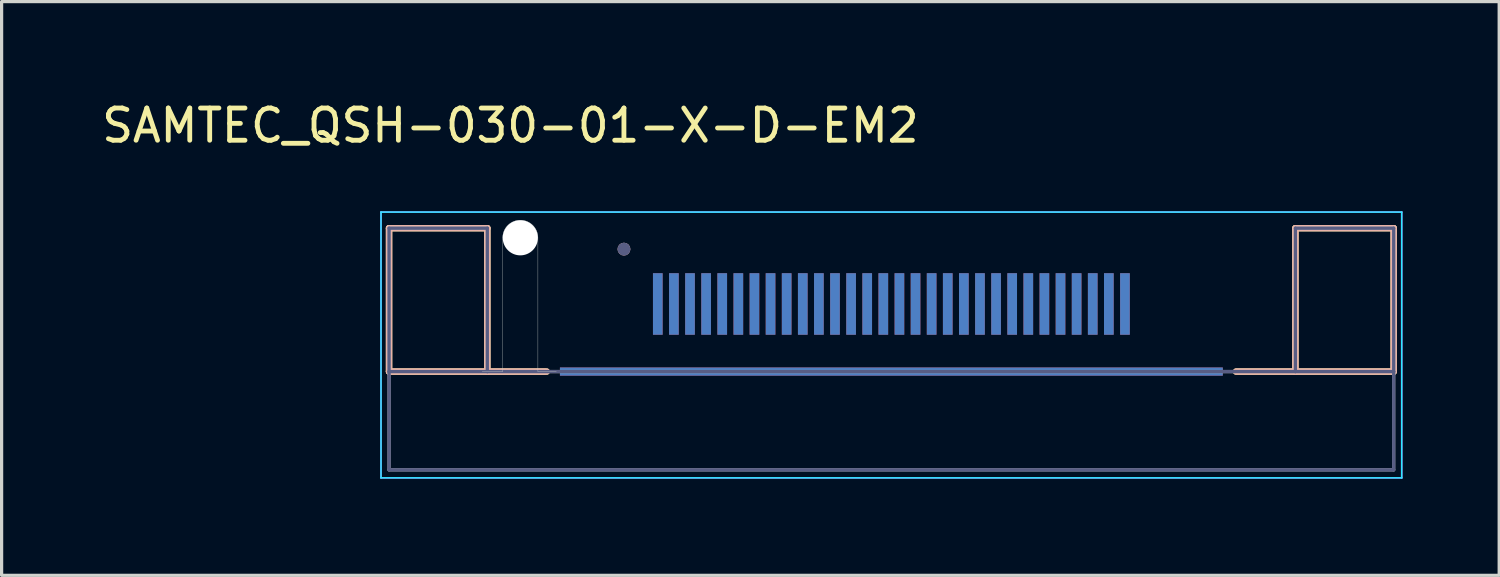
<source format=kicad_pcb>
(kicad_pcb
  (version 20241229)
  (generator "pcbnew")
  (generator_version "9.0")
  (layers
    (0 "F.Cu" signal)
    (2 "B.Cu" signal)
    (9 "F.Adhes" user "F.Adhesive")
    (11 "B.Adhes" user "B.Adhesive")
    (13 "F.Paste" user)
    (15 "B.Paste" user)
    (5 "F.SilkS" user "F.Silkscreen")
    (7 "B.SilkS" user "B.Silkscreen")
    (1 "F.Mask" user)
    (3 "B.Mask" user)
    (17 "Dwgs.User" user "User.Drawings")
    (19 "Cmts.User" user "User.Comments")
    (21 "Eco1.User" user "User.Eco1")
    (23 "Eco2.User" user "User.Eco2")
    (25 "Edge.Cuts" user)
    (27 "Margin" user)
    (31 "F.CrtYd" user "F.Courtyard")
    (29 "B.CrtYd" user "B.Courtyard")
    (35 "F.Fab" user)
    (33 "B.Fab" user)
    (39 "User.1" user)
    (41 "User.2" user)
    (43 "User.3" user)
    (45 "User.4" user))
  (footprint "SAMTEC_QSH-030-01-X-D-EM2"
    (layer "F.Cu")
    (at 24.617 8.483)
    (property "Reference" "SAMTEC_QSH-030-01-X-D-EM2" (at -11.825 -7.635 0) (layer "F.SilkS") (effects (font (size 1 1) (thickness 0.15))))
    (attr smd)
    (fp_poly (pts (xy -7.4 -1.143) (xy -7.1 -1.143) (xy -7.1 -2.293) (xy -7.186 -2.293) (xy -7.186 -3.053) (xy -7.314 -3.053) (xy -7.314 -2.293) (xy -7.4 -2.293)) (stroke (width 0.01) (type solid)) (fill yes) (layer "F.Mask"))
    (fp_poly (pts (xy -6.9 -1.143) (xy -6.6 -1.143) (xy -6.6 -2.293) (xy -6.686 -2.293) (xy -6.686 -3.053) (xy -6.814 -3.053) (xy -6.814 -2.293) (xy -6.9 -2.293)) (stroke (width 0.01) (type solid)) (fill yes) (layer "F.Mask"))
    (fp_poly (pts (xy -6.4 -1.143) (xy -6.1 -1.143) (xy -6.1 -2.293) (xy -6.186 -2.293) (xy -6.186 -3.053) (xy -6.314 -3.053) (xy -6.314 -2.293) (xy -6.4 -2.293)) (stroke (width 0.01) (type solid)) (fill yes) (layer "F.Mask"))
    (fp_poly (pts (xy -5.9 -1.143) (xy -5.6 -1.143) (xy -5.6 -2.293) (xy -5.686 -2.293) (xy -5.686 -3.053) (xy -5.814 -3.053) (xy -5.814 -2.293) (xy -5.9 -2.293)) (stroke (width 0.01) (type solid)) (fill yes) (layer "F.Mask"))
    (fp_poly (pts (xy -5.4 -1.143) (xy -5.1 -1.143) (xy -5.1 -2.293) (xy -5.186 -2.293) (xy -5.186 -3.053) (xy -5.314 -3.053) (xy -5.314 -2.293) (xy -5.4 -2.293)) (stroke (width 0.01) (type solid)) (fill yes) (layer "F.Mask"))
    (fp_poly (pts (xy -4.9 -1.143) (xy -4.6 -1.143) (xy -4.6 -2.293) (xy -4.686 -2.293) (xy -4.686 -3.053) (xy -4.814 -3.053) (xy -4.814 -2.293) (xy -4.9 -2.293)) (stroke (width 0.01) (type solid)) (fill yes) (layer "F.Mask"))
    (fp_poly (pts (xy -4.4 -1.143) (xy -4.1 -1.143) (xy -4.1 -2.293) (xy -4.186 -2.293) (xy -4.186 -3.053) (xy -4.314 -3.053) (xy -4.314 -2.293) (xy -4.4 -2.293)) (stroke (width 0.01) (type solid)) (fill yes) (layer "F.Mask"))
    (fp_poly (pts (xy -3.9 -1.143) (xy -3.6 -1.143) (xy -3.6 -2.293) (xy -3.687 -2.293) (xy -3.687 -3.053) (xy -3.813 -3.053) (xy -3.813 -2.293) (xy -3.9 -2.293)) (stroke (width 0.01) (type solid)) (fill yes) (layer "F.Mask"))
    (fp_poly (pts (xy -3.4 -1.143) (xy -3.1 -1.143) (xy -3.1 -2.293) (xy -3.187 -2.293) (xy -3.187 -3.053) (xy -3.313 -3.053) (xy -3.313 -2.293) (xy -3.4 -2.293)) (stroke (width 0.01) (type solid)) (fill yes) (layer "F.Mask"))
    (fp_poly (pts (xy -2.9 -1.143) (xy -2.6 -1.143) (xy -2.6 -2.293) (xy -2.687 -2.293) (xy -2.687 -3.053) (xy -2.813 -3.053) (xy -2.813 -2.293) (xy -2.9 -2.293)) (stroke (width 0.01) (type solid)) (fill yes) (layer "F.Mask"))
    (fp_poly (pts (xy -2.4 -1.143) (xy -2.1 -1.143) (xy -2.1 -2.293) (xy -2.187 -2.293) (xy -2.187 -3.053) (xy -2.313 -3.053) (xy -2.313 -2.293) (xy -2.4 -2.293)) (stroke (width 0.01) (type solid)) (fill yes) (layer "F.Mask"))
    (fp_poly (pts (xy -1.9 -1.143) (xy -1.6 -1.143) (xy -1.6 -2.293) (xy -1.687 -2.293) (xy -1.687 -3.053) (xy -1.813 -3.053) (xy -1.813 -2.293) (xy -1.9 -2.293)) (stroke (width 0.01) (type solid)) (fill yes) (layer "F.Mask"))
    (fp_poly (pts (xy -1.4 -1.143) (xy -1.1 -1.143) (xy -1.1 -2.293) (xy -1.187 -2.293) (xy -1.187 -3.053) (xy -1.313 -3.053) (xy -1.313 -2.293) (xy -1.4 -2.293)) (stroke (width 0.01) (type solid)) (fill yes) (layer "F.Mask"))
    (fp_poly (pts (xy -0.9 -1.143) (xy -0.6 -1.143) (xy -0.6 -2.293) (xy -0.686 -2.293) (xy -0.686 -3.053) (xy -0.814 -3.053) (xy -0.814 -2.293) (xy -0.9 -2.293)) (stroke (width 0.01) (type solid)) (fill yes) (layer "F.Mask"))
    (fp_poly (pts (xy -0.4 -1.143) (xy -0.1 -1.143) (xy -0.1 -2.293) (xy -0.186 -2.293) (xy -0.186 -3.053) (xy -0.314 -3.053) (xy -0.314 -2.293) (xy -0.4 -2.293)) (stroke (width 0.01) (type solid)) (fill yes) (layer "F.Mask"))
    (fp_poly (pts (xy 0.1 -1.143) (xy 0.4 -1.143) (xy 0.4 -2.293) (xy 0.314 -2.293) (xy 0.314 -3.053) (xy 0.186 -3.053) (xy 0.186 -2.293) (xy 0.1 -2.293)) (stroke (width 0.01) (type solid)) (fill yes) (layer "F.Mask"))
    (fp_poly (pts (xy 0.6 -1.143) (xy 0.9 -1.143) (xy 0.9 -2.293) (xy 0.814 -2.293) (xy 0.814 -3.053) (xy 0.686 -3.053) (xy 0.686 -2.293) (xy 0.6 -2.293)) (stroke (width 0.01) (type solid)) (fill yes) (layer "F.Mask"))
    (fp_poly (pts (xy 1.1 -1.143) (xy 1.4 -1.143) (xy 1.4 -2.293) (xy 1.313 -2.293) (xy 1.313 -3.053) (xy 1.187 -3.053) (xy 1.187 -2.293) (xy 1.1 -2.293)) (stroke (width 0.01) (type solid)) (fill yes) (layer "F.Mask"))
    (fp_poly (pts (xy 1.6 -1.143) (xy 1.9 -1.143) (xy 1.9 -2.293) (xy 1.813 -2.293) (xy 1.813 -3.053) (xy 1.687 -3.053) (xy 1.687 -2.293) (xy 1.6 -2.293)) (stroke (width 0.01) (type solid)) (fill yes) (layer "F.Mask"))
    (fp_poly (pts (xy 2.1 -1.143) (xy 2.4 -1.143) (xy 2.4 -2.293) (xy 2.313 -2.293) (xy 2.313 -3.053) (xy 2.187 -3.053) (xy 2.187 -2.293) (xy 2.1 -2.293)) (stroke (width 0.01) (type solid)) (fill yes) (layer "F.Mask"))
    (fp_poly (pts (xy 2.6 -1.143) (xy 2.9 -1.143) (xy 2.9 -2.293) (xy 2.813 -2.293) (xy 2.813 -3.053) (xy 2.687 -3.053) (xy 2.687 -2.293) (xy 2.6 -2.293)) (stroke (width 0.01) (type solid)) (fill yes) (layer "F.Mask"))
    (fp_poly (pts (xy 3.1 -1.143) (xy 3.4 -1.143) (xy 3.4 -2.293) (xy 3.313 -2.293) (xy 3.313 -3.053) (xy 3.187 -3.053) (xy 3.187 -2.293) (xy 3.1 -2.293)) (stroke (width 0.01) (type solid)) (fill yes) (layer "F.Mask"))
    (fp_poly (pts (xy 3.6 -1.143) (xy 3.9 -1.143) (xy 3.9 -2.293) (xy 3.813 -2.293) (xy 3.813 -3.053) (xy 3.687 -3.053) (xy 3.687 -2.293) (xy 3.6 -2.293)) (stroke (width 0.01) (type solid)) (fill yes) (layer "F.Mask"))
    (fp_poly (pts (xy 4.1 -1.143) (xy 4.4 -1.143) (xy 4.4 -2.293) (xy 4.314 -2.293) (xy 4.314 -3.053) (xy 4.186 -3.053) (xy 4.186 -2.293) (xy 4.1 -2.293)) (stroke (width 0.01) (type solid)) (fill yes) (layer "F.Mask"))
    (fp_poly (pts (xy 4.6 -1.143) (xy 4.9 -1.143) (xy 4.9 -2.293) (xy 4.814 -2.293) (xy 4.814 -3.053) (xy 4.686 -3.053) (xy 4.686 -2.293) (xy 4.6 -2.293)) (stroke (width 0.01) (type solid)) (fill yes) (layer "F.Mask"))
    (fp_poly (pts (xy 5.1 -1.143) (xy 5.4 -1.143) (xy 5.4 -2.293) (xy 5.314 -2.293) (xy 5.314 -3.053) (xy 5.186 -3.053) (xy 5.186 -2.293) (xy 5.1 -2.293)) (stroke (width 0.01) (type solid)) (fill yes) (layer "F.Mask"))
    (fp_poly (pts (xy 5.6 -1.143) (xy 5.9 -1.143) (xy 5.9 -2.293) (xy 5.814 -2.293) (xy 5.814 -3.053) (xy 5.686 -3.053) (xy 5.686 -2.293) (xy 5.6 -2.293)) (stroke (width 0.01) (type solid)) (fill yes) (layer "F.Mask"))
    (fp_poly (pts (xy 6.1 -1.143) (xy 6.4 -1.143) (xy 6.4 -2.293) (xy 6.314 -2.293) (xy 6.314 -3.053) (xy 6.186 -3.053) (xy 6.186 -2.293) (xy 6.1 -2.293)) (stroke (width 0.01) (type solid)) (fill yes) (layer "F.Mask"))
    (fp_poly (pts (xy 6.6 -1.143) (xy 6.9 -1.143) (xy 6.9 -2.293) (xy 6.814 -2.293) (xy 6.814 -3.053) (xy 6.686 -3.053) (xy 6.686 -2.293) (xy 6.6 -2.293)) (stroke (width 0.01) (type solid)) (fill yes) (layer "F.Mask"))
    (fp_poly (pts (xy 7.1 -1.143) (xy 7.4 -1.143) (xy 7.4 -2.293) (xy 7.314 -2.293) (xy 7.314 -3.053) (xy 7.186 -3.053) (xy 7.186 -2.293) (xy 7.1 -2.293)) (stroke (width 0.01) (type solid)) (fill yes) (layer "F.Mask"))
    (fp_poly (pts (xy -7.4 -1.143) (xy -7.1 -1.143) (xy -7.1 -2.293) (xy -7.186 -2.293) (xy -7.186 -3.053) (xy -7.314 -3.053) (xy -7.314 -2.293) (xy -7.4 -2.293)) (stroke (width 0.01) (type solid)) (fill yes) (layer "B.Mask"))
    (fp_poly (pts (xy -6.9 -1.143) (xy -6.6 -1.143) (xy -6.6 -2.293) (xy -6.686 -2.293) (xy -6.686 -3.053) (xy -6.814 -3.053) (xy -6.814 -2.293) (xy -6.9 -2.293)) (stroke (width 0.01) (type solid)) (fill yes) (layer "B.Mask"))
    (fp_poly (pts (xy -6.4 -1.143) (xy -6.1 -1.143) (xy -6.1 -2.293) (xy -6.186 -2.293) (xy -6.186 -3.053) (xy -6.314 -3.053) (xy -6.314 -2.293) (xy -6.4 -2.293)) (stroke (width 0.01) (type solid)) (fill yes) (layer "B.Mask"))
    (fp_poly (pts (xy -5.9 -1.143) (xy -5.6 -1.143) (xy -5.6 -2.293) (xy -5.686 -2.293) (xy -5.686 -3.053) (xy -5.814 -3.053) (xy -5.814 -2.293) (xy -5.9 -2.293)) (stroke (width 0.01) (type solid)) (fill yes) (layer "B.Mask"))
    (fp_poly (pts (xy -5.4 -1.143) (xy -5.1 -1.143) (xy -5.1 -2.293) (xy -5.186 -2.293) (xy -5.186 -3.053) (xy -5.314 -3.053) (xy -5.314 -2.293) (xy -5.4 -2.293)) (stroke (width 0.01) (type solid)) (fill yes) (layer "B.Mask"))
    (fp_poly (pts (xy -4.9 -1.143) (xy -4.6 -1.143) (xy -4.6 -2.293) (xy -4.686 -2.293) (xy -4.686 -3.053) (xy -4.814 -3.053) (xy -4.814 -2.293) (xy -4.9 -2.293)) (stroke (width 0.01) (type solid)) (fill yes) (layer "B.Mask"))
    (fp_poly (pts (xy -4.4 -1.143) (xy -4.1 -1.143) (xy -4.1 -2.293) (xy -4.186 -2.293) (xy -4.186 -3.053) (xy -4.314 -3.053) (xy -4.314 -2.293) (xy -4.4 -2.293)) (stroke (width 0.01) (type solid)) (fill yes) (layer "B.Mask"))
    (fp_poly (pts (xy -3.9 -1.143) (xy -3.6 -1.143) (xy -3.6 -2.293) (xy -3.687 -2.293) (xy -3.687 -3.053) (xy -3.813 -3.053) (xy -3.813 -2.293) (xy -3.9 -2.293)) (stroke (width 0.01) (type solid)) (fill yes) (layer "B.Mask"))
    (fp_poly (pts (xy -3.4 -1.143) (xy -3.1 -1.143) (xy -3.1 -2.293) (xy -3.187 -2.293) (xy -3.187 -3.053) (xy -3.313 -3.053) (xy -3.313 -2.293) (xy -3.4 -2.293)) (stroke (width 0.01) (type solid)) (fill yes) (layer "B.Mask"))
    (fp_poly (pts (xy -2.9 -1.143) (xy -2.6 -1.143) (xy -2.6 -2.293) (xy -2.687 -2.293) (xy -2.687 -3.053) (xy -2.813 -3.053) (xy -2.813 -2.293) (xy -2.9 -2.293)) (stroke (width 0.01) (type solid)) (fill yes) (layer "B.Mask"))
    (fp_poly (pts (xy -2.4 -1.143) (xy -2.1 -1.143) (xy -2.1 -2.293) (xy -2.187 -2.293) (xy -2.187 -3.053) (xy -2.313 -3.053) (xy -2.313 -2.293) (xy -2.4 -2.293)) (stroke (width 0.01) (type solid)) (fill yes) (layer "B.Mask"))
    (fp_poly (pts (xy -1.9 -1.143) (xy -1.6 -1.143) (xy -1.6 -2.293) (xy -1.687 -2.293) (xy -1.687 -3.053) (xy -1.813 -3.053) (xy -1.813 -2.293) (xy -1.9 -2.293)) (stroke (width 0.01) (type solid)) (fill yes) (layer "B.Mask"))
    (fp_poly (pts (xy -1.4 -1.143) (xy -1.1 -1.143) (xy -1.1 -2.293) (xy -1.187 -2.293) (xy -1.187 -3.053) (xy -1.313 -3.053) (xy -1.313 -2.293) (xy -1.4 -2.293)) (stroke (width 0.01) (type solid)) (fill yes) (layer "B.Mask"))
    (fp_poly (pts (xy -0.9 -1.143) (xy -0.6 -1.143) (xy -0.6 -2.293) (xy -0.686 -2.293) (xy -0.686 -3.053) (xy -0.814 -3.053) (xy -0.814 -2.293) (xy -0.9 -2.293)) (stroke (width 0.01) (type solid)) (fill yes) (layer "B.Mask"))
    (fp_poly (pts (xy -0.4 -1.143) (xy -0.1 -1.143) (xy -0.1 -2.293) (xy -0.186 -2.293) (xy -0.186 -3.053) (xy -0.314 -3.053) (xy -0.314 -2.293) (xy -0.4 -2.293)) (stroke (width 0.01) (type solid)) (fill yes) (layer "B.Mask"))
    (fp_poly (pts (xy 0.1 -1.143) (xy 0.4 -1.143) (xy 0.4 -2.293) (xy 0.314 -2.293) (xy 0.314 -3.053) (xy 0.186 -3.053) (xy 0.186 -2.293) (xy 0.1 -2.293)) (stroke (width 0.01) (type solid)) (fill yes) (layer "B.Mask"))
    (fp_poly (pts (xy 0.6 -1.143) (xy 0.9 -1.143) (xy 0.9 -2.293) (xy 0.814 -2.293) (xy 0.814 -3.053) (xy 0.686 -3.053) (xy 0.686 -2.293) (xy 0.6 -2.293)) (stroke (width 0.01) (type solid)) (fill yes) (layer "B.Mask"))
    (fp_poly (pts (xy 1.1 -1.143) (xy 1.4 -1.143) (xy 1.4 -2.293) (xy 1.313 -2.293) (xy 1.313 -3.053) (xy 1.187 -3.053) (xy 1.187 -2.293) (xy 1.1 -2.293)) (stroke (width 0.01) (type solid)) (fill yes) (layer "B.Mask"))
    (fp_poly (pts (xy 1.6 -1.143) (xy 1.9 -1.143) (xy 1.9 -2.293) (xy 1.813 -2.293) (xy 1.813 -3.053) (xy 1.687 -3.053) (xy 1.687 -2.293) (xy 1.6 -2.293)) (stroke (width 0.01) (type solid)) (fill yes) (layer "B.Mask"))
    (fp_poly (pts (xy 2.1 -1.143) (xy 2.4 -1.143) (xy 2.4 -2.293) (xy 2.313 -2.293) (xy 2.313 -3.053) (xy 2.187 -3.053) (xy 2.187 -2.293) (xy 2.1 -2.293)) (stroke (width 0.01) (type solid)) (fill yes) (layer "B.Mask"))
    (fp_poly (pts (xy 2.6 -1.143) (xy 2.9 -1.143) (xy 2.9 -2.293) (xy 2.813 -2.293) (xy 2.813 -3.053) (xy 2.687 -3.053) (xy 2.687 -2.293) (xy 2.6 -2.293)) (stroke (width 0.01) (type solid)) (fill yes) (layer "B.Mask"))
    (fp_poly (pts (xy 3.1 -1.143) (xy 3.4 -1.143) (xy 3.4 -2.293) (xy 3.313 -2.293) (xy 3.313 -3.053) (xy 3.187 -3.053) (xy 3.187 -2.293) (xy 3.1 -2.293)) (stroke (width 0.01) (type solid)) (fill yes) (layer "B.Mask"))
    (fp_poly (pts (xy 3.6 -1.143) (xy 3.9 -1.143) (xy 3.9 -2.293) (xy 3.813 -2.293) (xy 3.813 -3.053) (xy 3.687 -3.053) (xy 3.687 -2.293) (xy 3.6 -2.293)) (stroke (width 0.01) (type solid)) (fill yes) (layer "B.Mask"))
    (fp_poly (pts (xy 4.1 -1.143) (xy 4.4 -1.143) (xy 4.4 -2.293) (xy 4.314 -2.293) (xy 4.314 -3.053) (xy 4.186 -3.053) (xy 4.186 -2.293) (xy 4.1 -2.293)) (stroke (width 0.01) (type solid)) (fill yes) (layer "B.Mask"))
    (fp_poly (pts (xy 4.6 -1.143) (xy 4.9 -1.143) (xy 4.9 -2.293) (xy 4.814 -2.293) (xy 4.814 -3.053) (xy 4.686 -3.053) (xy 4.686 -2.293) (xy 4.6 -2.293)) (stroke (width 0.01) (type solid)) (fill yes) (layer "B.Mask"))
    (fp_poly (pts (xy 5.1 -1.143) (xy 5.4 -1.143) (xy 5.4 -2.293) (xy 5.314 -2.293) (xy 5.314 -3.053) (xy 5.186 -3.053) (xy 5.186 -2.293) (xy 5.1 -2.293)) (stroke (width 0.01) (type solid)) (fill yes) (layer "B.Mask"))
    (fp_poly (pts (xy 5.6 -1.143) (xy 5.9 -1.143) (xy 5.9 -2.293) (xy 5.814 -2.293) (xy 5.814 -3.053) (xy 5.686 -3.053) (xy 5.686 -2.293) (xy 5.6 -2.293)) (stroke (width 0.01) (type solid)) (fill yes) (layer "B.Mask"))
    (fp_poly (pts (xy 6.1 -1.143) (xy 6.4 -1.143) (xy 6.4 -2.293) (xy 6.314 -2.293) (xy 6.314 -3.053) (xy 6.186 -3.053) (xy 6.186 -2.293) (xy 6.1 -2.293)) (stroke (width 0.01) (type solid)) (fill yes) (layer "B.Mask"))
    (fp_poly (pts (xy 6.6 -1.143) (xy 6.9 -1.143) (xy 6.9 -2.293) (xy 6.814 -2.293) (xy 6.814 -3.053) (xy 6.686 -3.053) (xy 6.686 -2.293) (xy 6.6 -2.293)) (stroke (width 0.01) (type solid)) (fill yes) (layer "B.Mask"))
    (fp_poly (pts (xy 7.1 -1.143) (xy 7.4 -1.143) (xy 7.4 -2.293) (xy 7.314 -2.293) (xy 7.314 -3.053) (xy 7.186 -3.053) (xy 7.186 -2.293) (xy 7.1 -2.293)) (stroke (width 0.01) (type solid)) (fill yes) (layer "B.Mask"))
    (fp_line (start -15.591 -4.45) (end -12.541 -4.45) (stroke (width 0.2) (type solid)) (layer "F.SilkS"))
    (fp_line (start -15.591 0) (end -15.591 -4.45) (stroke (width 0.2) (type solid)) (layer "F.SilkS"))
    (fp_line (start -12.541 -4.45) (end -12.541 0) (stroke (width 0.2) (type solid)) (layer "F.SilkS"))
    (fp_line (start -12.541 0) (end -15.591 0) (stroke (width 0.2) (type solid)) (layer "F.SilkS"))
    (fp_line (start -10.7 0) (end -12.541 0) (stroke (width 0.2) (type solid)) (layer "F.SilkS"))
    (fp_line (start 10.7 0) (end 12.541 0) (stroke (width 0.2) (type solid)) (layer "F.SilkS"))
    (fp_line (start 12.541 -4.45) (end 12.541 0) (stroke (width 0.2) (type solid)) (layer "F.SilkS"))
    (fp_line (start 12.541 0) (end 15.591 0) (stroke (width 0.2) (type solid)) (layer "F.SilkS"))
    (fp_line (start 15.591 -4.45) (end 12.541 -4.45) (stroke (width 0.2) (type solid)) (layer "F.SilkS"))
    (fp_line (start 15.591 0) (end 15.591 -4.45) (stroke (width 0.2) (type solid)) (layer "F.SilkS"))
    (fp_line (start -15.591 -4.45) (end -12.541 -4.45) (stroke (width 0.2) (type solid)) (layer "B.SilkS"))
    (fp_line (start -15.591 0) (end -15.591 -4.45) (stroke (width 0.2) (type solid)) (layer "B.SilkS"))
    (fp_line (start -12.541 -4.45) (end -12.541 0) (stroke (width 0.2) (type solid)) (layer "B.SilkS"))
    (fp_line (start -12.541 0) (end -15.591 0) (stroke (width 0.2) (type solid)) (layer "B.SilkS"))
    (fp_line (start -10.7 0) (end -12.541 0) (stroke (width 0.2) (type solid)) (layer "B.SilkS"))
    (fp_line (start 10.7 0) (end 12.541 0) (stroke (width 0.2) (type solid)) (layer "B.SilkS"))
    (fp_line (start 12.541 -4.45) (end 12.541 0) (stroke (width 0.2) (type solid)) (layer "B.SilkS"))
    (fp_line (start 12.541 0) (end 15.591 0) (stroke (width 0.2) (type solid)) (layer "B.SilkS"))
    (fp_line (start 15.591 -4.45) (end 12.541 -4.45) (stroke (width 0.2) (type solid)) (layer "B.SilkS"))
    (fp_line (start 15.591 0) (end 15.591 -4.45) (stroke (width 0.2) (type solid)) (layer "B.SilkS"))
    (fp_circle (center -8.3 -3.8) (end -8.2 -3.8) (stroke (width 0.2) (type solid)) (fill no) (layer "B.SilkS"))
    (fp_poly (pts (xy -7.25 -1.143) (xy -7.125 -1.523) (xy -7.125 -3.433) (xy -7.375 -3.433) (xy -7.375 -1.523)) (stroke (width 0.01) (type solid)) (fill yes) (layer "F.Paste"))
    (fp_poly (pts (xy -6.75 -1.143) (xy -6.625 -1.523) (xy -6.625 -3.433) (xy -6.875 -3.433) (xy -6.875 -1.523)) (stroke (width 0.01) (type solid)) (fill yes) (layer "F.Paste"))
    (fp_poly (pts (xy -6.25 -1.143) (xy -6.125 -1.523) (xy -6.125 -3.433) (xy -6.375 -3.433) (xy -6.375 -1.523)) (stroke (width 0.01) (type solid)) (fill yes) (layer "F.Paste"))
    (fp_poly (pts (xy -5.75 -1.143) (xy -5.625 -1.523) (xy -5.625 -3.433) (xy -5.875 -3.433) (xy -5.875 -1.523)) (stroke (width 0.01) (type solid)) (fill yes) (layer "F.Paste"))
    (fp_poly (pts (xy -5.25 -1.143) (xy -5.125 -1.523) (xy -5.125 -3.433) (xy -5.375 -3.433) (xy -5.375 -1.523)) (stroke (width 0.01) (type solid)) (fill yes) (layer "F.Paste"))
    (fp_poly (pts (xy -4.75 -1.143) (xy -4.625 -1.523) (xy -4.625 -3.433) (xy -4.875 -3.433) (xy -4.875 -1.523)) (stroke (width 0.01) (type solid)) (fill yes) (layer "F.Paste"))
    (fp_poly (pts (xy -4.25 -1.143) (xy -4.125 -1.523) (xy -4.125 -3.433) (xy -4.375 -3.433) (xy -4.375 -1.523)) (stroke (width 0.01) (type solid)) (fill yes) (layer "F.Paste"))
    (fp_poly (pts (xy -3.75 -1.143) (xy -3.625 -1.523) (xy -3.625 -3.433) (xy -3.875 -3.433) (xy -3.875 -1.523)) (stroke (width 0.01) (type solid)) (fill yes) (layer "F.Paste"))
    (fp_poly (pts (xy -3.25 -1.143) (xy -3.125 -1.523) (xy -3.125 -3.433) (xy -3.375 -3.433) (xy -3.375 -1.523)) (stroke (width 0.01) (type solid)) (fill yes) (layer "F.Paste"))
    (fp_poly (pts (xy -2.75 -1.143) (xy -2.625 -1.523) (xy -2.625 -3.433) (xy -2.875 -3.433) (xy -2.875 -1.523)) (stroke (width 0.01) (type solid)) (fill yes) (layer "F.Paste"))
    (fp_poly (pts (xy -2.25 -1.143) (xy -2.125 -1.523) (xy -2.125 -3.433) (xy -2.375 -3.433) (xy -2.375 -1.523)) (stroke (width 0.01) (type solid)) (fill yes) (layer "F.Paste"))
    (fp_poly (pts (xy -1.75 -1.143) (xy -1.625 -1.523) (xy -1.625 -3.433) (xy -1.875 -3.433) (xy -1.875 -1.523)) (stroke (width 0.01) (type solid)) (fill yes) (layer "F.Paste"))
    (fp_poly (pts (xy -1.25 -1.143) (xy -1.125 -1.523) (xy -1.125 -3.433) (xy -1.375 -3.433) (xy -1.375 -1.523)) (stroke (width 0.01) (type solid)) (fill yes) (layer "F.Paste"))
    (fp_poly (pts (xy -0.75 -1.143) (xy -0.625 -1.523) (xy -0.625 -3.433) (xy -0.875 -3.433) (xy -0.875 -1.523)) (stroke (width 0.01) (type solid)) (fill yes) (layer "F.Paste"))
    (fp_poly (pts (xy -0.25 -1.143) (xy -0.125 -1.523) (xy -0.125 -3.433) (xy -0.375 -3.433) (xy -0.375 -1.523)) (stroke (width 0.01) (type solid)) (fill yes) (layer "F.Paste"))
    (fp_poly (pts (xy 0.25 -1.143) (xy 0.375 -1.523) (xy 0.375 -3.433) (xy 0.125 -3.433) (xy 0.125 -1.523)) (stroke (width 0.01) (type solid)) (fill yes) (layer "F.Paste"))
    (fp_poly (pts (xy 0.75 -1.143) (xy 0.875 -1.523) (xy 0.875 -3.433) (xy 0.625 -3.433) (xy 0.625 -1.523)) (stroke (width 0.01) (type solid)) (fill yes) (layer "F.Paste"))
    (fp_poly (pts (xy 1.25 -1.143) (xy 1.375 -1.523) (xy 1.375 -3.433) (xy 1.125 -3.433) (xy 1.125 -1.523)) (stroke (width 0.01) (type solid)) (fill yes) (layer "F.Paste"))
    (fp_poly (pts (xy 1.75 -1.143) (xy 1.875 -1.523) (xy 1.875 -3.433) (xy 1.625 -3.433) (xy 1.625 -1.523)) (stroke (width 0.01) (type solid)) (fill yes) (layer "F.Paste"))
    (fp_poly (pts (xy 2.25 -1.143) (xy 2.375 -1.523) (xy 2.375 -3.433) (xy 2.125 -3.433) (xy 2.125 -1.523)) (stroke (width 0.01) (type solid)) (fill yes) (layer "F.Paste"))
    (fp_poly (pts (xy 2.75 -1.143) (xy 2.875 -1.523) (xy 2.875 -3.433) (xy 2.625 -3.433) (xy 2.625 -1.523)) (stroke (width 0.01) (type solid)) (fill yes) (layer "F.Paste"))
    (fp_poly (pts (xy 3.25 -1.143) (xy 3.375 -1.523) (xy 3.375 -3.433) (xy 3.125 -3.433) (xy 3.125 -1.523)) (stroke (width 0.01) (type solid)) (fill yes) (layer "F.Paste"))
    (fp_poly (pts (xy 3.75 -1.143) (xy 3.875 -1.523) (xy 3.875 -3.433) (xy 3.625 -3.433) (xy 3.625 -1.523)) (stroke (width 0.01) (type solid)) (fill yes) (layer "F.Paste"))
    (fp_poly (pts (xy 4.25 -1.143) (xy 4.375 -1.523) (xy 4.375 -3.433) (xy 4.125 -3.433) (xy 4.125 -1.523)) (stroke (width 0.01) (type solid)) (fill yes) (layer "F.Paste"))
    (fp_poly (pts (xy 4.75 -1.143) (xy 4.875 -1.523) (xy 4.875 -3.433) (xy 4.625 -3.433) (xy 4.625 -1.523)) (stroke (width 0.01) (type solid)) (fill yes) (layer "F.Paste"))
    (fp_poly (pts (xy 5.25 -1.143) (xy 5.375 -1.523) (xy 5.375 -3.433) (xy 5.125 -3.433) (xy 5.125 -1.523)) (stroke (width 0.01) (type solid)) (fill yes) (layer "F.Paste"))
    (fp_poly (pts (xy 5.75 -1.143) (xy 5.875 -1.523) (xy 5.875 -3.433) (xy 5.625 -3.433) (xy 5.625 -1.523)) (stroke (width 0.01) (type solid)) (fill yes) (layer "F.Paste"))
    (fp_poly (pts (xy 6.25 -1.143) (xy 6.375 -1.523) (xy 6.375 -3.433) (xy 6.125 -3.433) (xy 6.125 -1.523)) (stroke (width 0.01) (type solid)) (fill yes) (layer "F.Paste"))
    (fp_poly (pts (xy 6.75 -1.143) (xy 6.875 -1.523) (xy 6.875 -3.433) (xy 6.625 -3.433) (xy 6.625 -1.523)) (stroke (width 0.01) (type solid)) (fill yes) (layer "F.Paste"))
    (fp_poly (pts (xy 7.25 -1.143) (xy 7.375 -1.523) (xy 7.375 -3.433) (xy 7.125 -3.433) (xy 7.125 -1.523)) (stroke (width 0.01) (type solid)) (fill yes) (layer "F.Paste"))
    (fp_poly (pts (xy -7.25 -1.143) (xy -7.125 -1.523) (xy -7.125 -3.433) (xy -7.375 -3.433) (xy -7.375 -1.523)) (stroke (width 0.01) (type solid)) (fill yes) (layer "B.Paste"))
    (fp_poly (pts (xy -6.75 -1.143) (xy -6.625 -1.523) (xy -6.625 -3.433) (xy -6.875 -3.433) (xy -6.875 -1.523)) (stroke (width 0.01) (type solid)) (fill yes) (layer "B.Paste"))
    (fp_poly (pts (xy -6.25 -1.143) (xy -6.125 -1.523) (xy -6.125 -3.433) (xy -6.375 -3.433) (xy -6.375 -1.523)) (stroke (width 0.01) (type solid)) (fill yes) (layer "B.Paste"))
    (fp_poly (pts (xy -5.75 -1.143) (xy -5.625 -1.523) (xy -5.625 -3.433) (xy -5.875 -3.433) (xy -5.875 -1.523)) (stroke (width 0.01) (type solid)) (fill yes) (layer "B.Paste"))
    (fp_poly (pts (xy -5.25 -1.143) (xy -5.125 -1.523) (xy -5.125 -3.433) (xy -5.375 -3.433) (xy -5.375 -1.523)) (stroke (width 0.01) (type solid)) (fill yes) (layer "B.Paste"))
    (fp_poly (pts (xy -4.75 -1.143) (xy -4.625 -1.523) (xy -4.625 -3.433) (xy -4.875 -3.433) (xy -4.875 -1.523)) (stroke (width 0.01) (type solid)) (fill yes) (layer "B.Paste"))
    (fp_poly (pts (xy -4.25 -1.143) (xy -4.125 -1.523) (xy -4.125 -3.433) (xy -4.375 -3.433) (xy -4.375 -1.523)) (stroke (width 0.01) (type solid)) (fill yes) (layer "B.Paste"))
    (fp_poly (pts (xy -3.75 -1.143) (xy -3.625 -1.523) (xy -3.625 -3.433) (xy -3.875 -3.433) (xy -3.875 -1.523)) (stroke (width 0.01) (type solid)) (fill yes) (layer "B.Paste"))
    (fp_poly (pts (xy -3.25 -1.143) (xy -3.125 -1.523) (xy -3.125 -3.433) (xy -3.375 -3.433) (xy -3.375 -1.523)) (stroke (width 0.01) (type solid)) (fill yes) (layer "B.Paste"))
    (fp_poly (pts (xy -2.75 -1.143) (xy -2.625 -1.523) (xy -2.625 -3.433) (xy -2.875 -3.433) (xy -2.875 -1.523)) (stroke (width 0.01) (type solid)) (fill yes) (layer "B.Paste"))
    (fp_poly (pts (xy -2.25 -1.143) (xy -2.125 -1.523) (xy -2.125 -3.433) (xy -2.375 -3.433) (xy -2.375 -1.523)) (stroke (width 0.01) (type solid)) (fill yes) (layer "B.Paste"))
    (fp_poly (pts (xy -1.75 -1.143) (xy -1.625 -1.523) (xy -1.625 -3.433) (xy -1.875 -3.433) (xy -1.875 -1.523)) (stroke (width 0.01) (type solid)) (fill yes) (layer "B.Paste"))
    (fp_poly (pts (xy -1.25 -1.143) (xy -1.125 -1.523) (xy -1.125 -3.433) (xy -1.375 -3.433) (xy -1.375 -1.523)) (stroke (width 0.01) (type solid)) (fill yes) (layer "B.Paste"))
    (fp_poly (pts (xy -0.75 -1.143) (xy -0.625 -1.523) (xy -0.625 -3.433) (xy -0.875 -3.433) (xy -0.875 -1.523)) (stroke (width 0.01) (type solid)) (fill yes) (layer "B.Paste"))
    (fp_poly (pts (xy -0.25 -1.143) (xy -0.125 -1.523) (xy -0.125 -3.433) (xy -0.375 -3.433) (xy -0.375 -1.523)) (stroke (width 0.01) (type solid)) (fill yes) (layer "B.Paste"))
    (fp_poly (pts (xy 0.25 -1.143) (xy 0.375 -1.523) (xy 0.375 -3.433) (xy 0.125 -3.433) (xy 0.125 -1.523)) (stroke (width 0.01) (type solid)) (fill yes) (layer "B.Paste"))
    (fp_poly (pts (xy 0.75 -1.143) (xy 0.875 -1.523) (xy 0.875 -3.433) (xy 0.625 -3.433) (xy 0.625 -1.523)) (stroke (width 0.01) (type solid)) (fill yes) (layer "B.Paste"))
    (fp_poly (pts (xy 1.25 -1.143) (xy 1.375 -1.523) (xy 1.375 -3.433) (xy 1.125 -3.433) (xy 1.125 -1.523)) (stroke (width 0.01) (type solid)) (fill yes) (layer "B.Paste"))
    (fp_poly (pts (xy 1.75 -1.143) (xy 1.875 -1.523) (xy 1.875 -3.433) (xy 1.625 -3.433) (xy 1.625 -1.523)) (stroke (width 0.01) (type solid)) (fill yes) (layer "B.Paste"))
    (fp_poly (pts (xy 2.25 -1.143) (xy 2.375 -1.523) (xy 2.375 -3.433) (xy 2.125 -3.433) (xy 2.125 -1.523)) (stroke (width 0.01) (type solid)) (fill yes) (layer "B.Paste"))
    (fp_poly (pts (xy 2.75 -1.143) (xy 2.875 -1.523) (xy 2.875 -3.433) (xy 2.625 -3.433) (xy 2.625 -1.523)) (stroke (width 0.01) (type solid)) (fill yes) (layer "B.Paste"))
    (fp_poly (pts (xy 3.25 -1.143) (xy 3.375 -1.523) (xy 3.375 -3.433) (xy 3.125 -3.433) (xy 3.125 -1.523)) (stroke (width 0.01) (type solid)) (fill yes) (layer "B.Paste"))
    (fp_poly (pts (xy 3.75 -1.143) (xy 3.875 -1.523) (xy 3.875 -3.433) (xy 3.625 -3.433) (xy 3.625 -1.523)) (stroke (width 0.01) (type solid)) (fill yes) (layer "B.Paste"))
    (fp_poly (pts (xy 4.25 -1.143) (xy 4.375 -1.523) (xy 4.375 -3.433) (xy 4.125 -3.433) (xy 4.125 -1.523)) (stroke (width 0.01) (type solid)) (fill yes) (layer "B.Paste"))
    (fp_poly (pts (xy 4.75 -1.143) (xy 4.875 -1.523) (xy 4.875 -3.433) (xy 4.625 -3.433) (xy 4.625 -1.523)) (stroke (width 0.01) (type solid)) (fill yes) (layer "B.Paste"))
    (fp_poly (pts (xy 5.25 -1.143) (xy 5.375 -1.523) (xy 5.375 -3.433) (xy 5.125 -3.433) (xy 5.125 -1.523)) (stroke (width 0.01) (type solid)) (fill yes) (layer "B.Paste"))
    (fp_poly (pts (xy 5.75 -1.143) (xy 5.875 -1.523) (xy 5.875 -3.433) (xy 5.625 -3.433) (xy 5.625 -1.523)) (stroke (width 0.01) (type solid)) (fill yes) (layer "B.Paste"))
    (fp_poly (pts (xy 6.25 -1.143) (xy 6.375 -1.523) (xy 6.375 -3.433) (xy 6.125 -3.433) (xy 6.125 -1.523)) (stroke (width 0.01) (type solid)) (fill yes) (layer "B.Paste"))
    (fp_poly (pts (xy 6.75 -1.143) (xy 6.875 -1.523) (xy 6.875 -3.433) (xy 6.625 -3.433) (xy 6.625 -1.523)) (stroke (width 0.01) (type solid)) (fill yes) (layer "B.Paste"))
    (fp_poly (pts (xy 7.25 -1.143) (xy 7.375 -1.523) (xy 7.375 -3.433) (xy 7.125 -3.433) (xy 7.125 -1.523)) (stroke (width 0.01) (type solid)) (fill yes) (layer "B.Paste"))
    (fp_line (start -12.063 0) (end -12.7 0) (stroke (width 0.01) (type solid)) (layer "Edge.Cuts"))
    (fp_line (start -12.063 0) (end -12.063 -4.153) (stroke (width 0.01) (type solid)) (layer "Edge.Cuts"))
    (fp_line (start -10.971 -4.153) (end -10.971 0) (stroke (width 0.01) (type solid)) (layer "Edge.Cuts"))
    (fp_line (start -10.971 0) (end -10.4 0) (stroke (width 0.01) (type solid)) (layer "Edge.Cuts"))
    (fp_arc (start -12.063 -4.153) (mid -11.90308 -4.53908) (end -11.517 -4.699) (stroke (width 0.01) (type solid)) (layer "Edge.Cuts"))
    (fp_arc (start -11.517 -4.699) (mid -11.13092 -4.53908) (end -10.971 -4.153) (stroke (width 0.01) (type solid)) (layer "Edge.Cuts"))
    (fp_line (start -15.841 -4.95) (end -15.841 3.3) (stroke (width 0.05) (type solid)) (layer "B.CrtYd"))
    (fp_line (start -15.841 3.3) (end 15.841 3.3) (stroke (width 0.05) (type solid)) (layer "B.CrtYd"))
    (fp_line (start 15.841 -4.95) (end -15.841 -4.95) (stroke (width 0.05) (type solid)) (layer "B.CrtYd"))
    (fp_line (start 15.841 3.3) (end 15.841 -4.95) (stroke (width 0.05) (type solid)) (layer "B.CrtYd"))
    (fp_line (start -15.841 -4.95) (end 15.841 -4.95) (stroke (width 0.05) (type solid)) (layer "F.CrtYd"))
    (fp_line (start -15.841 3.3) (end -15.841 -4.95) (stroke (width 0.05) (type solid)) (layer "F.CrtYd"))
    (fp_line (start 15.841 -4.95) (end 15.841 3.3) (stroke (width 0.05) (type solid)) (layer "F.CrtYd"))
    (fp_line (start 15.841 3.3) (end -15.841 3.3) (stroke (width 0.05) (type solid)) (layer "F.CrtYd"))
    (fp_line (start -15.591 -4.45) (end -12.541 -4.45) (stroke (width 0.1) (type solid)) (layer "B.Fab"))
    (fp_line (start -15.591 0) (end -15.591 -4.45) (stroke (width 0.1) (type solid)) (layer "B.Fab"))
    (fp_line (start -15.591 3.05) (end -15.591 0) (stroke (width 0.1) (type solid)) (layer "B.Fab"))
    (fp_line (start -12.541 -4.45) (end -12.541 0) (stroke (width 0.1) (type solid)) (layer "B.Fab"))
    (fp_line (start -12.541 0) (end -15.591 0) (stroke (width 0.1) (type solid)) (layer "B.Fab"))
    (fp_line (start -12.541 0) (end 12.541 0) (stroke (width 0.1) (type solid)) (layer "B.Fab"))
    (fp_line (start 12.541 -4.45) (end 15.591 -4.45) (stroke (width 0.1) (type solid)) (layer "B.Fab"))
    (fp_line (start 12.541 0) (end 12.541 -4.45) (stroke (width 0.1) (type solid)) (layer "B.Fab"))
    (fp_line (start 12.541 0) (end 15.591 0) (stroke (width 0.1) (type solid)) (layer "B.Fab"))
    (fp_line (start 15.591 -4.45) (end 15.591 0) (stroke (width 0.1) (type solid)) (layer "B.Fab"))
    (fp_line (start 15.591 0) (end 15.591 3.05) (stroke (width 0.1) (type solid)) (layer "B.Fab"))
    (fp_line (start 15.591 3.05) (end -15.591 3.05) (stroke (width 0.1) (type solid)) (layer "B.Fab"))
    (fp_circle (center -8.3 -3.8) (end -8.2 -3.8) (stroke (width 0.2) (type solid)) (fill no) (layer "B.Fab"))
    (fp_line (start -15.591 -4.45) (end -15.591 0) (stroke (width 0.1) (type solid)) (layer "F.Fab"))
    (fp_line (start -15.591 0) (end -15.591 3.05) (stroke (width 0.1) (type solid)) (layer "F.Fab"))
    (fp_line (start -15.591 3.05) (end 15.591 3.05) (stroke (width 0.1) (type solid)) (layer "F.Fab"))
    (fp_line (start -12.541 -4.45) (end -15.591 -4.45) (stroke (width 0.1) (type solid)) (layer "F.Fab"))
    (fp_line (start -12.541 0) (end -15.591 0) (stroke (width 0.1) (type solid)) (layer "F.Fab"))
    (fp_line (start -12.541 0) (end -12.541 -4.45) (stroke (width 0.1) (type solid)) (layer "F.Fab"))
    (fp_line (start 12.541 -4.45) (end 12.541 0) (stroke (width 0.1) (type solid)) (layer "F.Fab"))
    (fp_line (start 12.541 0) (end -12.541 0) (stroke (width 0.1) (type solid)) (layer "F.Fab"))
    (fp_line (start 12.541 0) (end 15.591 0) (stroke (width 0.1) (type solid)) (layer "F.Fab"))
    (fp_line (start 15.591 -4.45) (end 12.541 -4.45) (stroke (width 0.1) (type solid)) (layer "F.Fab"))
    (fp_line (start 15.591 0) (end 15.591 -4.45) (stroke (width 0.1) (type solid)) (layer "F.Fab"))
    (fp_line (start 15.591 3.05) (end 15.591 0) (stroke (width 0.1) (type solid)) (layer "F.Fab"))
    (pad "" np_thru_hole circle (at -11.517 -4.153) (size 1.092 1.092) (drill 1.092) (layers "*.Cu" "*.Mask"))
    (pad "01" smd rect (at -7.25 -2.098) (size 0.3 1.91) (layers "B.Cu"))
    (pad "02" smd rect (at -7.25 -2.098) (size 0.3 1.91) (layers "F.Cu"))
    (pad "03" smd rect (at -6.75 -2.098) (size 0.3 1.91) (layers "B.Cu"))
    (pad "04" smd rect (at -6.75 -2.098) (size 0.3 1.91) (layers "F.Cu"))
    (pad "05" smd rect (at -6.25 -2.098) (size 0.3 1.91) (layers "B.Cu"))
    (pad "06" smd rect (at -6.25 -2.098) (size 0.3 1.91) (layers "F.Cu"))
    (pad "07" smd rect (at -5.75 -2.098) (size 0.3 1.91) (layers "B.Cu"))
    (pad "08" smd rect (at -5.75 -2.098) (size 0.3 1.91) (layers "F.Cu"))
    (pad "09" smd rect (at -5.25 -2.098) (size 0.3 1.91) (layers "B.Cu"))
    (pad "10" smd rect (at -5.25 -2.098) (size 0.3 1.91) (layers "F.Cu"))
    (pad "11" smd rect (at -4.75 -2.098) (size 0.3 1.91) (layers "B.Cu"))
    (pad "12" smd rect (at -4.75 -2.098) (size 0.3 1.91) (layers "F.Cu"))
    (pad "13" smd rect (at -4.25 -2.098) (size 0.3 1.91) (layers "B.Cu"))
    (pad "14" smd rect (at -4.25 -2.098) (size 0.3 1.91) (layers "F.Cu"))
    (pad "15" smd rect (at -3.75 -2.098) (size 0.3 1.91) (layers "B.Cu"))
    (pad "16" smd rect (at -3.75 -2.098) (size 0.3 1.91) (layers "F.Cu"))
    (pad "17" smd rect (at -3.25 -2.098) (size 0.3 1.91) (layers "B.Cu"))
    (pad "18" smd rect (at -3.25 -2.098) (size 0.3 1.91) (layers "F.Cu"))
    (pad "19" smd rect (at -2.75 -2.098) (size 0.3 1.91) (layers "B.Cu"))
    (pad "20" smd rect (at -2.75 -2.098) (size 0.3 1.91) (layers "F.Cu"))
    (pad "21" smd rect (at -2.25 -2.098) (size 0.3 1.91) (layers "B.Cu"))
    (pad "22" smd rect (at -2.25 -2.098) (size 0.3 1.91) (layers "F.Cu"))
    (pad "23" smd rect (at -1.75 -2.098) (size 0.3 1.91) (layers "B.Cu"))
    (pad "24" smd rect (at -1.75 -2.098) (size 0.3 1.91) (layers "F.Cu"))
    (pad "25" smd rect (at -1.25 -2.098) (size 0.3 1.91) (layers "B.Cu"))
    (pad "26" smd rect (at -1.25 -2.098) (size 0.3 1.91) (layers "F.Cu"))
    (pad "27" smd rect (at -0.75 -2.098) (size 0.3 1.91) (layers "B.Cu"))
    (pad "28" smd rect (at -0.75 -2.098) (size 0.3 1.91) (layers "F.Cu"))
    (pad "29" smd rect (at -0.25 -2.098) (size 0.3 1.91) (layers "B.Cu"))
    (pad "30" smd rect (at -0.25 -2.098) (size 0.3 1.91) (layers "F.Cu"))
    (pad "31" smd rect (at 0.25 -2.098) (size 0.3 1.91) (layers "B.Cu"))
    (pad "32" smd rect (at 0.25 -2.098) (size 0.3 1.91) (layers "F.Cu"))
    (pad "33" smd rect (at 0.75 -2.098) (size 0.3 1.91) (layers "B.Cu"))
    (pad "34" smd rect (at 0.75 -2.098) (size 0.3 1.91) (layers "F.Cu"))
    (pad "35" smd rect (at 1.25 -2.098) (size 0.3 1.91) (layers "B.Cu"))
    (pad "36" smd rect (at 1.25 -2.098) (size 0.3 1.91) (layers "F.Cu"))
    (pad "37" smd rect (at 1.75 -2.098) (size 0.3 1.91) (layers "B.Cu"))
    (pad "38" smd rect (at 1.75 -2.098) (size 0.3 1.91) (layers "F.Cu"))
    (pad "39" smd rect (at 2.25 -2.098) (size 0.3 1.91) (layers "B.Cu"))
    (pad "40" smd rect (at 2.25 -2.098) (size 0.3 1.91) (layers "F.Cu"))
    (pad "41" smd rect (at 2.75 -2.098) (size 0.3 1.91) (layers "B.Cu"))
    (pad "42" smd rect (at 2.75 -2.098) (size 0.3 1.91) (layers "F.Cu"))
    (pad "43" smd rect (at 3.25 -2.098) (size 0.3 1.91) (layers "B.Cu"))
    (pad "44" smd rect (at 3.25 -2.098) (size 0.3 1.91) (layers "F.Cu"))
    (pad "45" smd rect (at 3.75 -2.098) (size 0.3 1.91) (layers "B.Cu"))
    (pad "46" smd rect (at 3.75 -2.098) (size 0.3 1.91) (layers "F.Cu"))
    (pad "47" smd rect (at 4.25 -2.098) (size 0.3 1.91) (layers "B.Cu"))
    (pad "48" smd rect (at 4.25 -2.098) (size 0.3 1.91) (layers "F.Cu"))
    (pad "49" smd rect (at 4.75 -2.098) (size 0.3 1.91) (layers "B.Cu"))
    (pad "50" smd rect (at 4.75 -2.098) (size 0.3 1.91) (layers "F.Cu"))
    (pad "51" smd rect (at 5.25 -2.098) (size 0.3 1.91) (layers "B.Cu"))
    (pad "52" smd rect (at 5.25 -2.098) (size 0.3 1.91) (layers "F.Cu"))
    (pad "53" smd rect (at 5.75 -2.098) (size 0.3 1.91) (layers "B.Cu"))
    (pad "54" smd rect (at 5.75 -2.098) (size 0.3 1.91) (layers "F.Cu"))
    (pad "55" smd rect (at 6.25 -2.098) (size 0.3 1.91) (layers "B.Cu"))
    (pad "56" smd rect (at 6.25 -2.098) (size 0.3 1.91) (layers "F.Cu"))
    (pad "57" smd rect (at 6.75 -2.098) (size 0.3 1.91) (layers "B.Cu"))
    (pad "58" smd rect (at 6.75 -2.098) (size 0.3 1.91) (layers "F.Cu"))
    (pad "59" smd rect (at 7.25 -2.098) (size 0.3 1.91) (layers "B.Cu"))
    (pad "60" smd rect (at 7.25 -2.098) (size 0.3 1.91) (layers "F.Cu"))
    (pad "S1" smd rect (at 0 0) (size 20.575 0.254) (layers "F.Cu" "F.Mask" "F.Paste"))
    (pad "S2" smd rect (at 0 0) (size 20.575 0.254) (layers "B.Cu" "B.Mask" "B.Paste")))
  (gr_rect
    (start -3 -3)
    (end 43.483 14.808)
    (stroke (width 0.1) (type default))
    (fill no)
    (layer "Edge.Cuts")))
</source>
